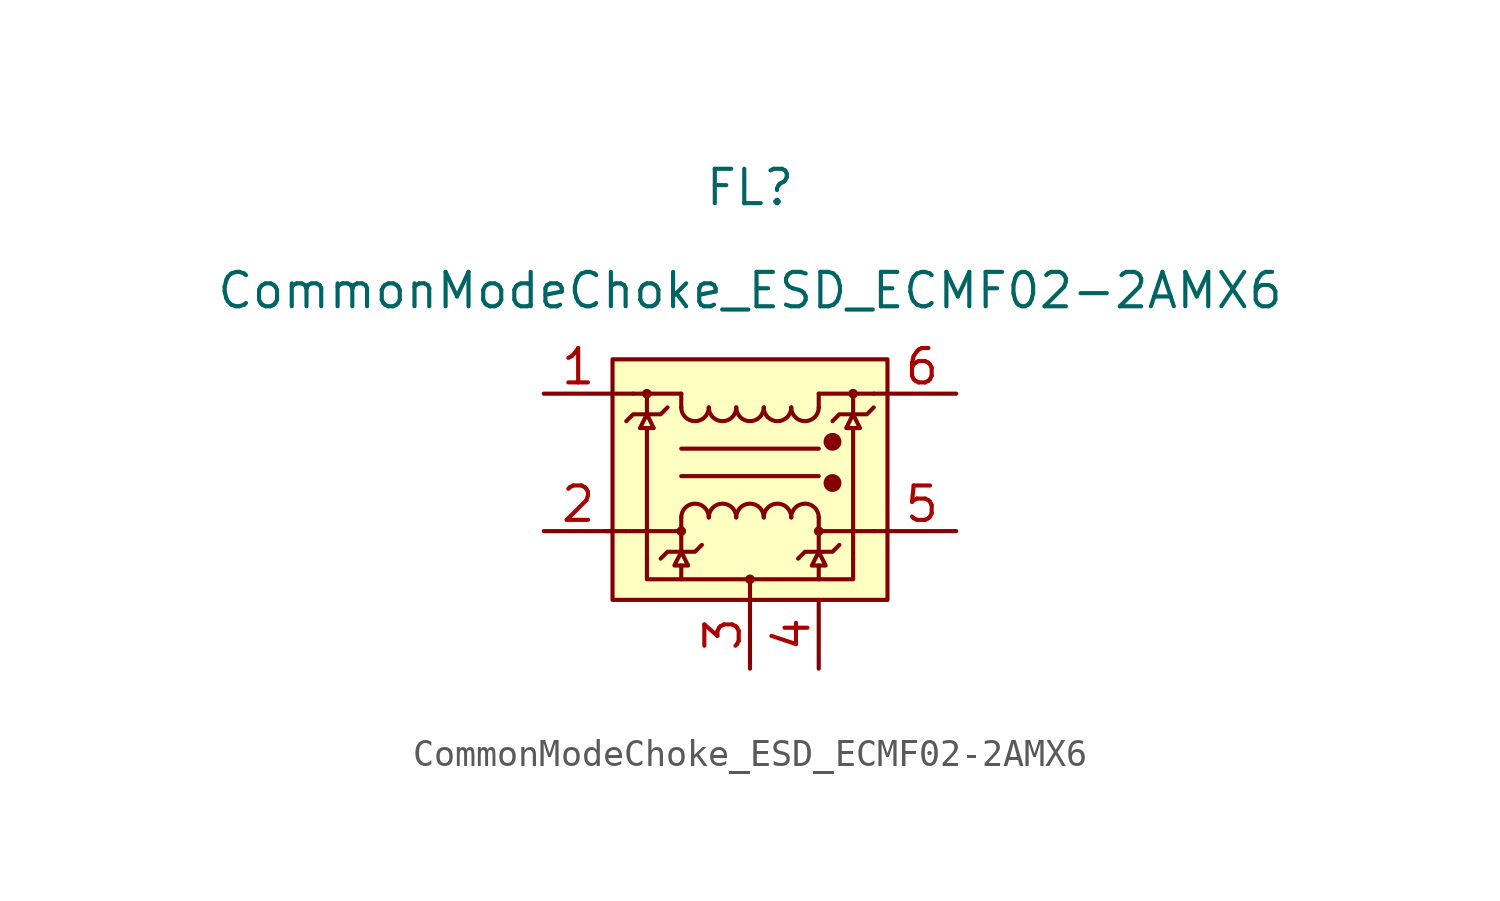
<source format=kicad_sym>
(kicad_symbol_lib
  (version 20220914)
  (generator kicad_symbol_editor)
  (symbol "CommonModeChoke_ESD_ECMF02-2AMX6"
    (pin_names
      (offset 0.254) hide)
    (property "Reference" "FL"
      (at 0 10.16 0)
      (effects (font (size 1.27 1.27))))
    (property "Value" "CommonModeChoke_ESD_ECMF02-2AMX6"
      (at 0 6.35 0)
      (effects (font (size 1.27 1.27))))
    (symbol "CommonModeChoke_ESD_ECMF02-2AMX6_0_1"
      (rectangle (start -5.08 3.81) (end 5.08 -5.08) (stroke (width 0) (type default)) (fill (type background)))
      (circle (center -3.81 2.54) (radius 0.102) (stroke (width 0) (type default)) (fill (type none)))
      (arc (start -2.54 2.032) (mid -2.032 1.5262) (end -1.524 2.032) (stroke (width 0) (type default)) (fill (type none)))
      (arc (start -1.524 -2.032) (mid -2.032 -1.5262) (end -2.54 -2.032) (stroke (width 0) (type default)) (fill (type none)))
      (arc (start -1.524 2.032) (mid -1.016 1.5262) (end -0.508 2.032) (stroke (width 0) (type default)) (fill (type none)))
      (arc (start -0.508 -2.032) (mid -1.016 -1.5262) (end -1.524 -2.032) (stroke (width 0) (type default)) (fill (type none)))
      (arc (start -0.508 2.032) (mid 0 1.5262) (end 0.508 2.032) (stroke (width 0) (type default)) (fill (type none)))
      (polyline (pts (xy -5.08 2.54) (xy -4.318 2.54)) (stroke (width 0) (type default)) (fill (type none)))
      (polyline (pts (xy -4.572 -2.54) (xy -5.334 -2.54)) (stroke (width 0) (type default)) (fill (type none)))
      (polyline (pts (xy -4.572 -2.54) (xy -2.54 -2.54)) (stroke (width 0) (type default)) (fill (type none)))
      (polyline (pts (xy -4.318 2.54) (xy -2.54 2.54)) (stroke (width 0) (type default)) (fill (type none)))
      (polyline (pts (xy -3.81 1.27) (xy -3.81 -3.556)) (stroke (width 0) (type default)) (fill (type none)))
      (polyline (pts (xy -2.54 -3.81) (xy -2.54 -4.318)) (stroke (width 0) (type default)) (fill (type none)))
      (polyline (pts (xy -2.54 -2.54) (xy -2.54 -2.032)) (stroke (width 0) (type default)) (fill (type none)))
      (polyline (pts (xy -2.54 0.508) (xy 2.54 0.508)) (stroke (width 0) (type default)) (fill (type none)))
      (polyline (pts (xy -2.54 2.032) (xy -2.54 2.54)) (stroke (width 0) (type default)) (fill (type none)))
      (polyline (pts (xy 0 -5.08) (xy 0 -4.318)) (stroke (width 0) (type default)) (fill (type none)))
      (polyline (pts (xy 2.54 -2.032) (xy 2.54 -2.54)) (stroke (width 0) (type default)) (fill (type none)))
      (polyline (pts (xy 2.54 -0.508) (xy -2.54 -0.508)) (stroke (width 0) (type default)) (fill (type none)))
      (polyline (pts (xy 2.54 2.032) (xy 2.54 2.54)) (stroke (width 0) (type default)) (fill (type none)))
      (polyline (pts (xy 4.572 -2.54) (xy 2.54 -2.54)) (stroke (width 0) (type default)) (fill (type none)))
      (polyline (pts (xy 4.572 2.54) (xy 2.54 2.54)) (stroke (width 0) (type default)) (fill (type none)))
      (polyline (pts (xy 5.08 -2.54) (xy 4.572 -2.54)) (stroke (width 0) (type default)) (fill (type none)))
      (polyline (pts (xy 5.08 2.54) (xy 4.572 2.54)) (stroke (width 0) (type default)) (fill (type none)))
      (polyline (pts (xy -3.81 1.778) (xy -4.318 1.778) (xy -4.572 1.524)) (stroke (width 0) (type default)) (fill (type none)))
      (polyline (pts (xy -3.81 1.778) (xy -3.302 1.778) (xy -3.048 2.032)) (stroke (width 0) (type default)) (fill (type none)))
      (polyline (pts (xy -3.81 -3.556) (xy -3.81 -4.318) (xy 3.81 -4.318) (xy 3.81 -3.556)) (stroke (width 0) (type default)) (fill (type none)))
      (polyline (pts (xy -3.81 1.778) (xy -4.064 1.27) (xy -3.556 1.27) (xy -3.81 1.778) (xy -3.81 2.54)) (stroke (width 0) (type default)) (fill (type none)))
      (arc (start 0.508 -2.032) (mid 0 -1.5262) (end -0.508 -2.032) (stroke (width 0) (type default)) (fill (type none)))
      (arc (start 0.508 2.032) (mid 1.016 1.5262) (end 1.524 2.032) (stroke (width 0) (type default)) (fill (type none)))
      (arc (start 1.524 -2.032) (mid 1.016 -1.5262) (end 0.508 -2.032) (stroke (width 0) (type default)) (fill (type none)))
      (arc (start 1.524 2.032) (mid 2.032 1.5262) (end 2.54 2.032) (stroke (width 0) (type default)) (fill (type none)))
      (arc (start 2.54 -2.032) (mid 2.032 -1.5262) (end 1.524 -2.032) (stroke (width 0) (type default)) (fill (type none)))
      (circle (center 3.048 -0.762) (radius 0.254) (stroke (width 0) (type default)) (fill (type outline)))
      (circle (center 3.048 0.762) (radius 0.254) (stroke (width 0) (type default)) (fill (type outline))))
    (symbol "CommonModeChoke_ESD_ECMF02-2AMX6_1_1"
      (circle (center -2.54 -2.54) (radius 0.102) (stroke (width 0) (type default)) (fill (type none)))
      (circle (center 0 -4.318) (radius 0.102) (stroke (width 0) (type default)) (fill (type none)))
      (polyline (pts (xy 2.54 -3.81) (xy 2.54 -4.318)) (stroke (width 0) (type default)) (fill (type none)))
      (polyline (pts (xy 3.81 1.27) (xy 3.81 -3.556)) (stroke (width 0) (type default)) (fill (type none)))
      (polyline (pts (xy -2.54 -3.302) (xy -3.048 -3.302) (xy -3.302 -3.556)) (stroke (width 0) (type default)) (fill (type none)))
      (polyline (pts (xy -2.54 -3.302) (xy -2.032 -3.302) (xy -1.778 -3.048)) (stroke (width 0) (type default)) (fill (type none)))
      (polyline (pts (xy 2.54 -3.302) (xy 2.032 -3.302) (xy 1.778 -3.556)) (stroke (width 0) (type default)) (fill (type none)))
      (polyline (pts (xy 2.54 -3.302) (xy 3.048 -3.302) (xy 3.302 -3.048)) (stroke (width 0) (type default)) (fill (type none)))
      (polyline (pts (xy 3.81 1.778) (xy 3.302 1.778) (xy 3.048 1.524)) (stroke (width 0) (type default)) (fill (type none)))
      (polyline (pts (xy 3.81 1.778) (xy 4.318 1.778) (xy 4.572 2.032)) (stroke (width 0) (type default)) (fill (type none)))
      (polyline (pts (xy -2.54 -3.302) (xy -2.794 -3.81) (xy -2.286 -3.81) (xy -2.54 -3.302) (xy -2.54 -2.54)) (stroke (width 0) (type default)) (fill (type none)))
      (polyline (pts (xy 2.54 -3.302) (xy 2.286 -3.81) (xy 2.794 -3.81) (xy 2.54 -3.302) (xy 2.54 -2.54)) (stroke (width 0) (type default)) (fill (type none)))
      (polyline (pts (xy 3.81 1.778) (xy 3.556 1.27) (xy 4.064 1.27) (xy 3.81 1.778) (xy 3.81 2.54)) (stroke (width 0) (type default)) (fill (type none)))
      (circle (center 2.54 -2.54) (radius 0.102) (stroke (width 0) (type default)) (fill (type none)))
      (circle (center 3.81 2.54) (radius 0.102) (stroke (width 0) (type default)) (fill (type none)))
      (pin passive line (at -7.62 2.54 0) (length 2.54) (name "A_P" (effects (font (size 1.27 1.27)))) (number "1" (effects (font (size 1.27 1.27)))))
      (pin passive line (at -7.62 -2.54 0) (length 2.54) (name "A_N" (effects (font (size 1.27 1.27)))) (number "2" (effects (font (size 1.27 1.27)))))
      (pin power_in line (at 0 -7.62 90) (length 2.54) (name "GND" (effects (font (size 1.27 1.27)))) (number "3" (effects (font (size 1.27 1.27)))))
      (pin passive line (at 2.54 -7.62 90) (length 2.54) (name "NC" (effects (font (size 1.27 1.27)))) (number "4" (effects (font (size 1.27 1.27)))))
      (pin passive line (at 7.62 -2.54 180) (length 2.54) (name "B_N" (effects (font (size 1.27 1.27)))) (number "5" (effects (font (size 1.27 1.27)))))
      (pin passive line (at 7.62 2.54 180) (length 2.54) (name "B_P" (effects (font (size 1.27 1.27)))) (number "6" (effects (font (size 1.27 1.27))))))))
</source>
